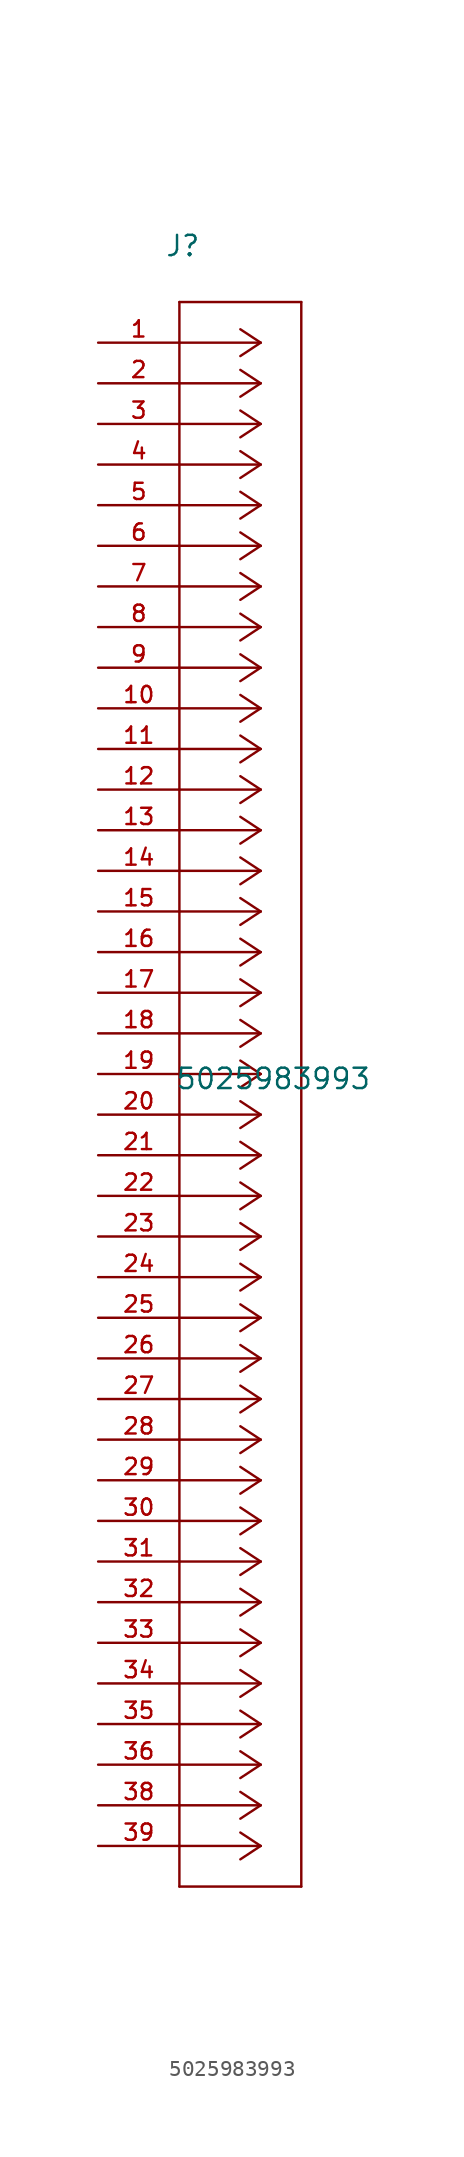
<source format=kicad_sym>
(kicad_symbol_lib
  (version 20241209)
  (generator "kicad_symbol_editor")
  (generator_version "9.0")
  (symbol "5025983993"
    (pin_names
      (offset 1.016))
    (property "Reference" "J"
      (at 4.166 5.309 0)
      (effects (font (size 1.27 1.27)) (justify left bottom)))
    (property "Value" "5025983993"
      (at 4.801 -46.761 0)
      (effects (font (size 1.27 1.27)) (justify left bottom)))
    (symbol "5025983993_0_0"
      (polyline (pts (xy 5.08 2.54) (xy 5.08 -96.52)) (stroke (width 0.152) (type default)) (fill (type none)))
      (polyline (pts (xy 5.08 -96.52) (xy 12.7 -96.52)) (stroke (width 0.152) (type default)) (fill (type none)))
      (polyline (pts (xy 10.16 0) (xy 5.08 0)) (stroke (width 0.152) (type default)) (fill (type none)))
      (polyline (pts (xy 10.16 0) (xy 8.89 0.838)) (stroke (width 0.152) (type default)) (fill (type none)))
      (polyline (pts (xy 10.16 0) (xy 8.89 -0.838)) (stroke (width 0.152) (type default)) (fill (type none)))
      (polyline (pts (xy 10.16 -2.54) (xy 5.08 -2.54)) (stroke (width 0.152) (type default)) (fill (type none)))
      (polyline (pts (xy 10.16 -2.54) (xy 8.89 -1.702)) (stroke (width 0.152) (type default)) (fill (type none)))
      (polyline (pts (xy 10.16 -2.54) (xy 8.89 -3.378)) (stroke (width 0.152) (type default)) (fill (type none)))
      (polyline (pts (xy 10.16 -5.08) (xy 5.08 -5.08)) (stroke (width 0.152) (type default)) (fill (type none)))
      (polyline (pts (xy 10.16 -5.08) (xy 8.89 -4.242)) (stroke (width 0.152) (type default)) (fill (type none)))
      (polyline (pts (xy 10.16 -5.08) (xy 8.89 -5.918)) (stroke (width 0.152) (type default)) (fill (type none)))
      (polyline (pts (xy 10.16 -7.62) (xy 5.08 -7.62)) (stroke (width 0.152) (type default)) (fill (type none)))
      (polyline (pts (xy 10.16 -7.62) (xy 8.89 -6.782)) (stroke (width 0.152) (type default)) (fill (type none)))
      (polyline (pts (xy 10.16 -7.62) (xy 8.89 -8.458)) (stroke (width 0.152) (type default)) (fill (type none)))
      (polyline (pts (xy 10.16 -10.16) (xy 5.08 -10.16)) (stroke (width 0.152) (type default)) (fill (type none)))
      (polyline (pts (xy 10.16 -10.16) (xy 8.89 -9.322)) (stroke (width 0.152) (type default)) (fill (type none)))
      (polyline (pts (xy 10.16 -10.16) (xy 8.89 -10.998)) (stroke (width 0.152) (type default)) (fill (type none)))
      (polyline (pts (xy 10.16 -12.7) (xy 5.08 -12.7)) (stroke (width 0.152) (type default)) (fill (type none)))
      (polyline (pts (xy 10.16 -12.7) (xy 8.89 -11.862)) (stroke (width 0.152) (type default)) (fill (type none)))
      (polyline (pts (xy 10.16 -12.7) (xy 8.89 -13.538)) (stroke (width 0.152) (type default)) (fill (type none)))
      (polyline (pts (xy 10.16 -15.24) (xy 5.08 -15.24)) (stroke (width 0.152) (type default)) (fill (type none)))
      (polyline (pts (xy 10.16 -15.24) (xy 8.89 -14.402)) (stroke (width 0.152) (type default)) (fill (type none)))
      (polyline (pts (xy 10.16 -15.24) (xy 8.89 -16.078)) (stroke (width 0.152) (type default)) (fill (type none)))
      (polyline (pts (xy 10.16 -17.78) (xy 5.08 -17.78)) (stroke (width 0.152) (type default)) (fill (type none)))
      (polyline (pts (xy 10.16 -17.78) (xy 8.89 -16.942)) (stroke (width 0.152) (type default)) (fill (type none)))
      (polyline (pts (xy 10.16 -17.78) (xy 8.89 -18.618)) (stroke (width 0.152) (type default)) (fill (type none)))
      (polyline (pts (xy 10.16 -20.32) (xy 5.08 -20.32)) (stroke (width 0.152) (type default)) (fill (type none)))
      (polyline (pts (xy 10.16 -20.32) (xy 8.89 -19.482)) (stroke (width 0.152) (type default)) (fill (type none)))
      (polyline (pts (xy 10.16 -20.32) (xy 8.89 -21.158)) (stroke (width 0.152) (type default)) (fill (type none)))
      (polyline (pts (xy 10.16 -22.86) (xy 5.08 -22.86)) (stroke (width 0.152) (type default)) (fill (type none)))
      (polyline (pts (xy 10.16 -22.86) (xy 8.89 -22.022)) (stroke (width 0.152) (type default)) (fill (type none)))
      (polyline (pts (xy 10.16 -22.86) (xy 8.89 -23.698)) (stroke (width 0.152) (type default)) (fill (type none)))
      (polyline (pts (xy 10.16 -25.4) (xy 5.08 -25.4)) (stroke (width 0.152) (type default)) (fill (type none)))
      (polyline (pts (xy 10.16 -25.4) (xy 8.89 -24.562)) (stroke (width 0.152) (type default)) (fill (type none)))
      (polyline (pts (xy 10.16 -25.4) (xy 8.89 -26.238)) (stroke (width 0.152) (type default)) (fill (type none)))
      (polyline (pts (xy 10.16 -27.94) (xy 5.08 -27.94)) (stroke (width 0.152) (type default)) (fill (type none)))
      (polyline (pts (xy 10.16 -27.94) (xy 8.89 -27.102)) (stroke (width 0.152) (type default)) (fill (type none)))
      (polyline (pts (xy 10.16 -27.94) (xy 8.89 -28.778)) (stroke (width 0.152) (type default)) (fill (type none)))
      (polyline (pts (xy 10.16 -30.48) (xy 5.08 -30.48)) (stroke (width 0.152) (type default)) (fill (type none)))
      (polyline (pts (xy 10.16 -30.48) (xy 8.89 -29.642)) (stroke (width 0.152) (type default)) (fill (type none)))
      (polyline (pts (xy 10.16 -30.48) (xy 8.89 -31.318)) (stroke (width 0.152) (type default)) (fill (type none)))
      (polyline (pts (xy 10.16 -33.02) (xy 5.08 -33.02)) (stroke (width 0.152) (type default)) (fill (type none)))
      (polyline (pts (xy 10.16 -33.02) (xy 8.89 -32.182)) (stroke (width 0.152) (type default)) (fill (type none)))
      (polyline (pts (xy 10.16 -33.02) (xy 8.89 -33.858)) (stroke (width 0.152) (type default)) (fill (type none)))
      (polyline (pts (xy 10.16 -35.56) (xy 5.08 -35.56)) (stroke (width 0.152) (type default)) (fill (type none)))
      (polyline (pts (xy 10.16 -35.56) (xy 8.89 -34.722)) (stroke (width 0.152) (type default)) (fill (type none)))
      (polyline (pts (xy 10.16 -35.56) (xy 8.89 -36.398)) (stroke (width 0.152) (type default)) (fill (type none)))
      (polyline (pts (xy 10.16 -38.1) (xy 5.08 -38.1)) (stroke (width 0.152) (type default)) (fill (type none)))
      (polyline (pts (xy 10.16 -38.1) (xy 8.89 -37.262)) (stroke (width 0.152) (type default)) (fill (type none)))
      (polyline (pts (xy 10.16 -38.1) (xy 8.89 -38.938)) (stroke (width 0.152) (type default)) (fill (type none)))
      (polyline (pts (xy 10.16 -40.64) (xy 5.08 -40.64)) (stroke (width 0.152) (type default)) (fill (type none)))
      (polyline (pts (xy 10.16 -40.64) (xy 8.89 -39.802)) (stroke (width 0.152) (type default)) (fill (type none)))
      (polyline (pts (xy 10.16 -40.64) (xy 8.89 -41.478)) (stroke (width 0.152) (type default)) (fill (type none)))
      (polyline (pts (xy 10.16 -43.18) (xy 5.08 -43.18)) (stroke (width 0.152) (type default)) (fill (type none)))
      (polyline (pts (xy 10.16 -43.18) (xy 8.89 -42.342)) (stroke (width 0.152) (type default)) (fill (type none)))
      (polyline (pts (xy 10.16 -43.18) (xy 8.89 -44.018)) (stroke (width 0.152) (type default)) (fill (type none)))
      (polyline (pts (xy 10.16 -45.72) (xy 5.08 -45.72)) (stroke (width 0.152) (type default)) (fill (type none)))
      (polyline (pts (xy 10.16 -45.72) (xy 8.89 -44.882)) (stroke (width 0.152) (type default)) (fill (type none)))
      (polyline (pts (xy 10.16 -45.72) (xy 8.89 -46.558)) (stroke (width 0.152) (type default)) (fill (type none)))
      (polyline (pts (xy 10.16 -48.26) (xy 5.08 -48.26)) (stroke (width 0.152) (type default)) (fill (type none)))
      (polyline (pts (xy 10.16 -48.26) (xy 8.89 -47.422)) (stroke (width 0.152) (type default)) (fill (type none)))
      (polyline (pts (xy 10.16 -48.26) (xy 8.89 -49.098)) (stroke (width 0.152) (type default)) (fill (type none)))
      (polyline (pts (xy 10.16 -50.8) (xy 5.08 -50.8)) (stroke (width 0.152) (type default)) (fill (type none)))
      (polyline (pts (xy 10.16 -50.8) (xy 8.89 -49.962)) (stroke (width 0.152) (type default)) (fill (type none)))
      (polyline (pts (xy 10.16 -50.8) (xy 8.89 -51.638)) (stroke (width 0.152) (type default)) (fill (type none)))
      (polyline (pts (xy 10.16 -53.34) (xy 5.08 -53.34)) (stroke (width 0.152) (type default)) (fill (type none)))
      (polyline (pts (xy 10.16 -53.34) (xy 8.89 -52.502)) (stroke (width 0.152) (type default)) (fill (type none)))
      (polyline (pts (xy 10.16 -53.34) (xy 8.89 -54.178)) (stroke (width 0.152) (type default)) (fill (type none)))
      (polyline (pts (xy 10.16 -55.88) (xy 5.08 -55.88)) (stroke (width 0.152) (type default)) (fill (type none)))
      (polyline (pts (xy 10.16 -55.88) (xy 8.89 -55.042)) (stroke (width 0.152) (type default)) (fill (type none)))
      (polyline (pts (xy 10.16 -55.88) (xy 8.89 -56.718)) (stroke (width 0.152) (type default)) (fill (type none)))
      (polyline (pts (xy 10.16 -58.42) (xy 5.08 -58.42)) (stroke (width 0.152) (type default)) (fill (type none)))
      (polyline (pts (xy 10.16 -58.42) (xy 8.89 -57.582)) (stroke (width 0.152) (type default)) (fill (type none)))
      (polyline (pts (xy 10.16 -58.42) (xy 8.89 -59.258)) (stroke (width 0.152) (type default)) (fill (type none)))
      (polyline (pts (xy 10.16 -60.96) (xy 5.08 -60.96)) (stroke (width 0.152) (type default)) (fill (type none)))
      (polyline (pts (xy 10.16 -60.96) (xy 8.89 -60.122)) (stroke (width 0.152) (type default)) (fill (type none)))
      (polyline (pts (xy 10.16 -60.96) (xy 8.89 -61.798)) (stroke (width 0.152) (type default)) (fill (type none)))
      (polyline (pts (xy 10.16 -63.5) (xy 5.08 -63.5)) (stroke (width 0.152) (type default)) (fill (type none)))
      (polyline (pts (xy 10.16 -63.5) (xy 8.89 -62.662)) (stroke (width 0.152) (type default)) (fill (type none)))
      (polyline (pts (xy 10.16 -63.5) (xy 8.89 -64.338)) (stroke (width 0.152) (type default)) (fill (type none)))
      (polyline (pts (xy 10.16 -66.04) (xy 5.08 -66.04)) (stroke (width 0.152) (type default)) (fill (type none)))
      (polyline (pts (xy 10.16 -66.04) (xy 8.89 -65.202)) (stroke (width 0.152) (type default)) (fill (type none)))
      (polyline (pts (xy 10.16 -66.04) (xy 8.89 -66.878)) (stroke (width 0.152) (type default)) (fill (type none)))
      (polyline (pts (xy 10.16 -68.58) (xy 5.08 -68.58)) (stroke (width 0.152) (type default)) (fill (type none)))
      (polyline (pts (xy 10.16 -68.58) (xy 8.89 -67.742)) (stroke (width 0.152) (type default)) (fill (type none)))
      (polyline (pts (xy 10.16 -68.58) (xy 8.89 -69.418)) (stroke (width 0.152) (type default)) (fill (type none)))
      (polyline (pts (xy 10.16 -71.12) (xy 5.08 -71.12)) (stroke (width 0.152) (type default)) (fill (type none)))
      (polyline (pts (xy 10.16 -71.12) (xy 8.89 -70.282)) (stroke (width 0.152) (type default)) (fill (type none)))
      (polyline (pts (xy 10.16 -71.12) (xy 8.89 -71.958)) (stroke (width 0.152) (type default)) (fill (type none)))
      (polyline (pts (xy 10.16 -73.66) (xy 5.08 -73.66)) (stroke (width 0.152) (type default)) (fill (type none)))
      (polyline (pts (xy 10.16 -73.66) (xy 8.89 -72.822)) (stroke (width 0.152) (type default)) (fill (type none)))
      (polyline (pts (xy 10.16 -73.66) (xy 8.89 -74.498)) (stroke (width 0.152) (type default)) (fill (type none)))
      (polyline (pts (xy 10.16 -76.2) (xy 5.08 -76.2)) (stroke (width 0.152) (type default)) (fill (type none)))
      (polyline (pts (xy 10.16 -76.2) (xy 8.89 -75.362)) (stroke (width 0.152) (type default)) (fill (type none)))
      (polyline (pts (xy 10.16 -76.2) (xy 8.89 -77.038)) (stroke (width 0.152) (type default)) (fill (type none)))
      (polyline (pts (xy 10.16 -78.74) (xy 5.08 -78.74)) (stroke (width 0.152) (type default)) (fill (type none)))
      (polyline (pts (xy 10.16 -78.74) (xy 8.89 -77.902)) (stroke (width 0.152) (type default)) (fill (type none)))
      (polyline (pts (xy 10.16 -78.74) (xy 8.89 -79.578)) (stroke (width 0.152) (type default)) (fill (type none)))
      (polyline (pts (xy 10.16 -81.28) (xy 5.08 -81.28)) (stroke (width 0.152) (type default)) (fill (type none)))
      (polyline (pts (xy 10.16 -81.28) (xy 8.89 -80.442)) (stroke (width 0.152) (type default)) (fill (type none)))
      (polyline (pts (xy 10.16 -81.28) (xy 8.89 -82.118)) (stroke (width 0.152) (type default)) (fill (type none)))
      (polyline (pts (xy 10.16 -83.82) (xy 5.08 -83.82)) (stroke (width 0.152) (type default)) (fill (type none)))
      (polyline (pts (xy 10.16 -83.82) (xy 8.89 -82.982)) (stroke (width 0.152) (type default)) (fill (type none)))
      (polyline (pts (xy 10.16 -83.82) (xy 8.89 -84.658)) (stroke (width 0.152) (type default)) (fill (type none)))
      (polyline (pts (xy 10.16 -86.36) (xy 5.08 -86.36)) (stroke (width 0.152) (type default)) (fill (type none)))
      (polyline (pts (xy 10.16 -86.36) (xy 8.89 -85.522)) (stroke (width 0.152) (type default)) (fill (type none)))
      (polyline (pts (xy 10.16 -86.36) (xy 8.89 -87.198)) (stroke (width 0.152) (type default)) (fill (type none)))
      (polyline (pts (xy 10.16 -88.9) (xy 5.08 -88.9)) (stroke (width 0.152) (type default)) (fill (type none)))
      (polyline (pts (xy 10.16 -88.9) (xy 8.89 -88.062)) (stroke (width 0.152) (type default)) (fill (type none)))
      (polyline (pts (xy 10.16 -88.9) (xy 8.89 -89.738)) (stroke (width 0.152) (type default)) (fill (type none)))
      (polyline (pts (xy 10.16 -91.44) (xy 5.08 -91.44)) (stroke (width 0.152) (type default)) (fill (type none)))
      (polyline (pts (xy 10.16 -91.44) (xy 8.89 -90.602)) (stroke (width 0.152) (type default)) (fill (type none)))
      (polyline (pts (xy 10.16 -91.44) (xy 8.89 -92.278)) (stroke (width 0.152) (type default)) (fill (type none)))
      (polyline (pts (xy 10.16 -93.98) (xy 5.08 -93.98)) (stroke (width 0.152) (type default)) (fill (type none)))
      (polyline (pts (xy 10.16 -93.98) (xy 8.89 -93.142)) (stroke (width 0.152) (type default)) (fill (type none)))
      (polyline (pts (xy 10.16 -93.98) (xy 8.89 -94.818)) (stroke (width 0.152) (type default)) (fill (type none)))
      (polyline (pts (xy 12.7 2.54) (xy 5.08 2.54)) (stroke (width 0.152) (type default)) (fill (type none)))
      (polyline (pts (xy 12.7 -96.52) (xy 12.7 2.54)) (stroke (width 0.152) (type default)) (fill (type none)))
      (pin passive line (at 0 0 0) (length 5.08) (name "~" (effects (font (size 1.016 1.016)))) (number "1" (effects (font (size 1.016 1.016)))))
      (pin passive line (at 0 -2.54 0) (length 5.08) (name "~" (effects (font (size 1.016 1.016)))) (number "2" (effects (font (size 1.016 1.016)))))
      (pin passive line (at 0 -5.08 0) (length 5.08) (name "~" (effects (font (size 1.016 1.016)))) (number "3" (effects (font (size 1.016 1.016)))))
      (pin passive line (at 0 -7.62 0) (length 5.08) (name "~" (effects (font (size 1.016 1.016)))) (number "4" (effects (font (size 1.016 1.016)))))
      (pin passive line (at 0 -10.16 0) (length 5.08) (name "~" (effects (font (size 1.016 1.016)))) (number "5" (effects (font (size 1.016 1.016)))))
      (pin passive line (at 0 -12.7 0) (length 5.08) (name "~" (effects (font (size 1.016 1.016)))) (number "6" (effects (font (size 1.016 1.016)))))
      (pin passive line (at 0 -15.24 0) (length 5.08) (name "~" (effects (font (size 1.016 1.016)))) (number "7" (effects (font (size 1.016 1.016)))))
      (pin passive line (at 0 -17.78 0) (length 5.08) (name "~" (effects (font (size 1.016 1.016)))) (number "8" (effects (font (size 1.016 1.016)))))
      (pin passive line (at 0 -20.32 0) (length 5.08) (name "~" (effects (font (size 1.016 1.016)))) (number "9" (effects (font (size 1.016 1.016)))))
      (pin passive line (at 0 -22.86 0) (length 5.08) (name "~" (effects (font (size 1.016 1.016)))) (number "10" (effects (font (size 1.016 1.016)))))
      (pin passive line (at 0 -25.4 0) (length 5.08) (name "~" (effects (font (size 1.016 1.016)))) (number "11" (effects (font (size 1.016 1.016)))))
      (pin passive line (at 0 -27.94 0) (length 5.08) (name "~" (effects (font (size 1.016 1.016)))) (number "12" (effects (font (size 1.016 1.016)))))
      (pin passive line (at 0 -30.48 0) (length 5.08) (name "~" (effects (font (size 1.016 1.016)))) (number "13" (effects (font (size 1.016 1.016)))))
      (pin passive line (at 0 -33.02 0) (length 5.08) (name "~" (effects (font (size 1.016 1.016)))) (number "14" (effects (font (size 1.016 1.016)))))
      (pin passive line (at 0 -35.56 0) (length 5.08) (name "~" (effects (font (size 1.016 1.016)))) (number "15" (effects (font (size 1.016 1.016)))))
      (pin passive line (at 0 -38.1 0) (length 5.08) (name "~" (effects (font (size 1.016 1.016)))) (number "16" (effects (font (size 1.016 1.016)))))
      (pin passive line (at 0 -40.64 0) (length 5.08) (name "~" (effects (font (size 1.016 1.016)))) (number "17" (effects (font (size 1.016 1.016)))))
      (pin passive line (at 0 -43.18 0) (length 5.08) (name "~" (effects (font (size 1.016 1.016)))) (number "18" (effects (font (size 1.016 1.016)))))
      (pin passive line (at 0 -45.72 0) (length 5.08) (name "~" (effects (font (size 1.016 1.016)))) (number "19" (effects (font (size 1.016 1.016)))))
      (pin passive line (at 0 -48.26 0) (length 5.08) (name "~" (effects (font (size 1.016 1.016)))) (number "20" (effects (font (size 1.016 1.016)))))
      (pin passive line (at 0 -50.8 0) (length 5.08) (name "~" (effects (font (size 1.016 1.016)))) (number "21" (effects (font (size 1.016 1.016)))))
      (pin passive line (at 0 -53.34 0) (length 5.08) (name "~" (effects (font (size 1.016 1.016)))) (number "22" (effects (font (size 1.016 1.016)))))
      (pin passive line (at 0 -55.88 0) (length 5.08) (name "~" (effects (font (size 1.016 1.016)))) (number "23" (effects (font (size 1.016 1.016)))))
      (pin passive line (at 0 -58.42 0) (length 5.08) (name "~" (effects (font (size 1.016 1.016)))) (number "24" (effects (font (size 1.016 1.016)))))
      (pin passive line (at 0 -60.96 0) (length 5.08) (name "~" (effects (font (size 1.016 1.016)))) (number "25" (effects (font (size 1.016 1.016)))))
      (pin passive line (at 0 -63.5 0) (length 5.08) (name "~" (effects (font (size 1.016 1.016)))) (number "26" (effects (font (size 1.016 1.016)))))
      (pin passive line (at 0 -66.04 0) (length 5.08) (name "~" (effects (font (size 1.016 1.016)))) (number "27" (effects (font (size 1.016 1.016)))))
      (pin passive line (at 0 -68.58 0) (length 5.08) (name "~" (effects (font (size 1.016 1.016)))) (number "28" (effects (font (size 1.016 1.016)))))
      (pin passive line (at 0 -71.12 0) (length 5.08) (name "~" (effects (font (size 1.016 1.016)))) (number "29" (effects (font (size 1.016 1.016)))))
      (pin passive line (at 0 -73.66 0) (length 5.08) (name "~" (effects (font (size 1.016 1.016)))) (number "30" (effects (font (size 1.016 1.016)))))
      (pin passive line (at 0 -76.2 0) (length 5.08) (name "~" (effects (font (size 1.016 1.016)))) (number "31" (effects (font (size 1.016 1.016)))))
      (pin passive line (at 0 -78.74 0) (length 5.08) (name "~" (effects (font (size 1.016 1.016)))) (number "32" (effects (font (size 1.016 1.016)))))
      (pin passive line (at 0 -81.28 0) (length 5.08) (name "~" (effects (font (size 1.016 1.016)))) (number "33" (effects (font (size 1.016 1.016)))))
      (pin passive line (at 0 -83.82 0) (length 5.08) (name "~" (effects (font (size 1.016 1.016)))) (number "34" (effects (font (size 1.016 1.016)))))
      (pin passive line (at 0 -86.36 0) (length 5.08) (name "~" (effects (font (size 1.016 1.016)))) (number "35" (effects (font (size 1.016 1.016)))))
      (pin passive line (at 0 -88.9 0) (length 5.08) (name "~" (effects (font (size 1.016 1.016)))) (number "36" (effects (font (size 1.016 1.016)))))
      (pin passive line (at 0 -91.44 0) (length 5.08) (name "~" (effects (font (size 1.016 1.016)))) (number "38" (effects (font (size 1.016 1.016)))))
      (pin passive line (at 0 -93.98 0) (length 5.08) (name "~" (effects (font (size 1.016 1.016)))) (number "39" (effects (font (size 1.016 1.016))))))))
</source>
